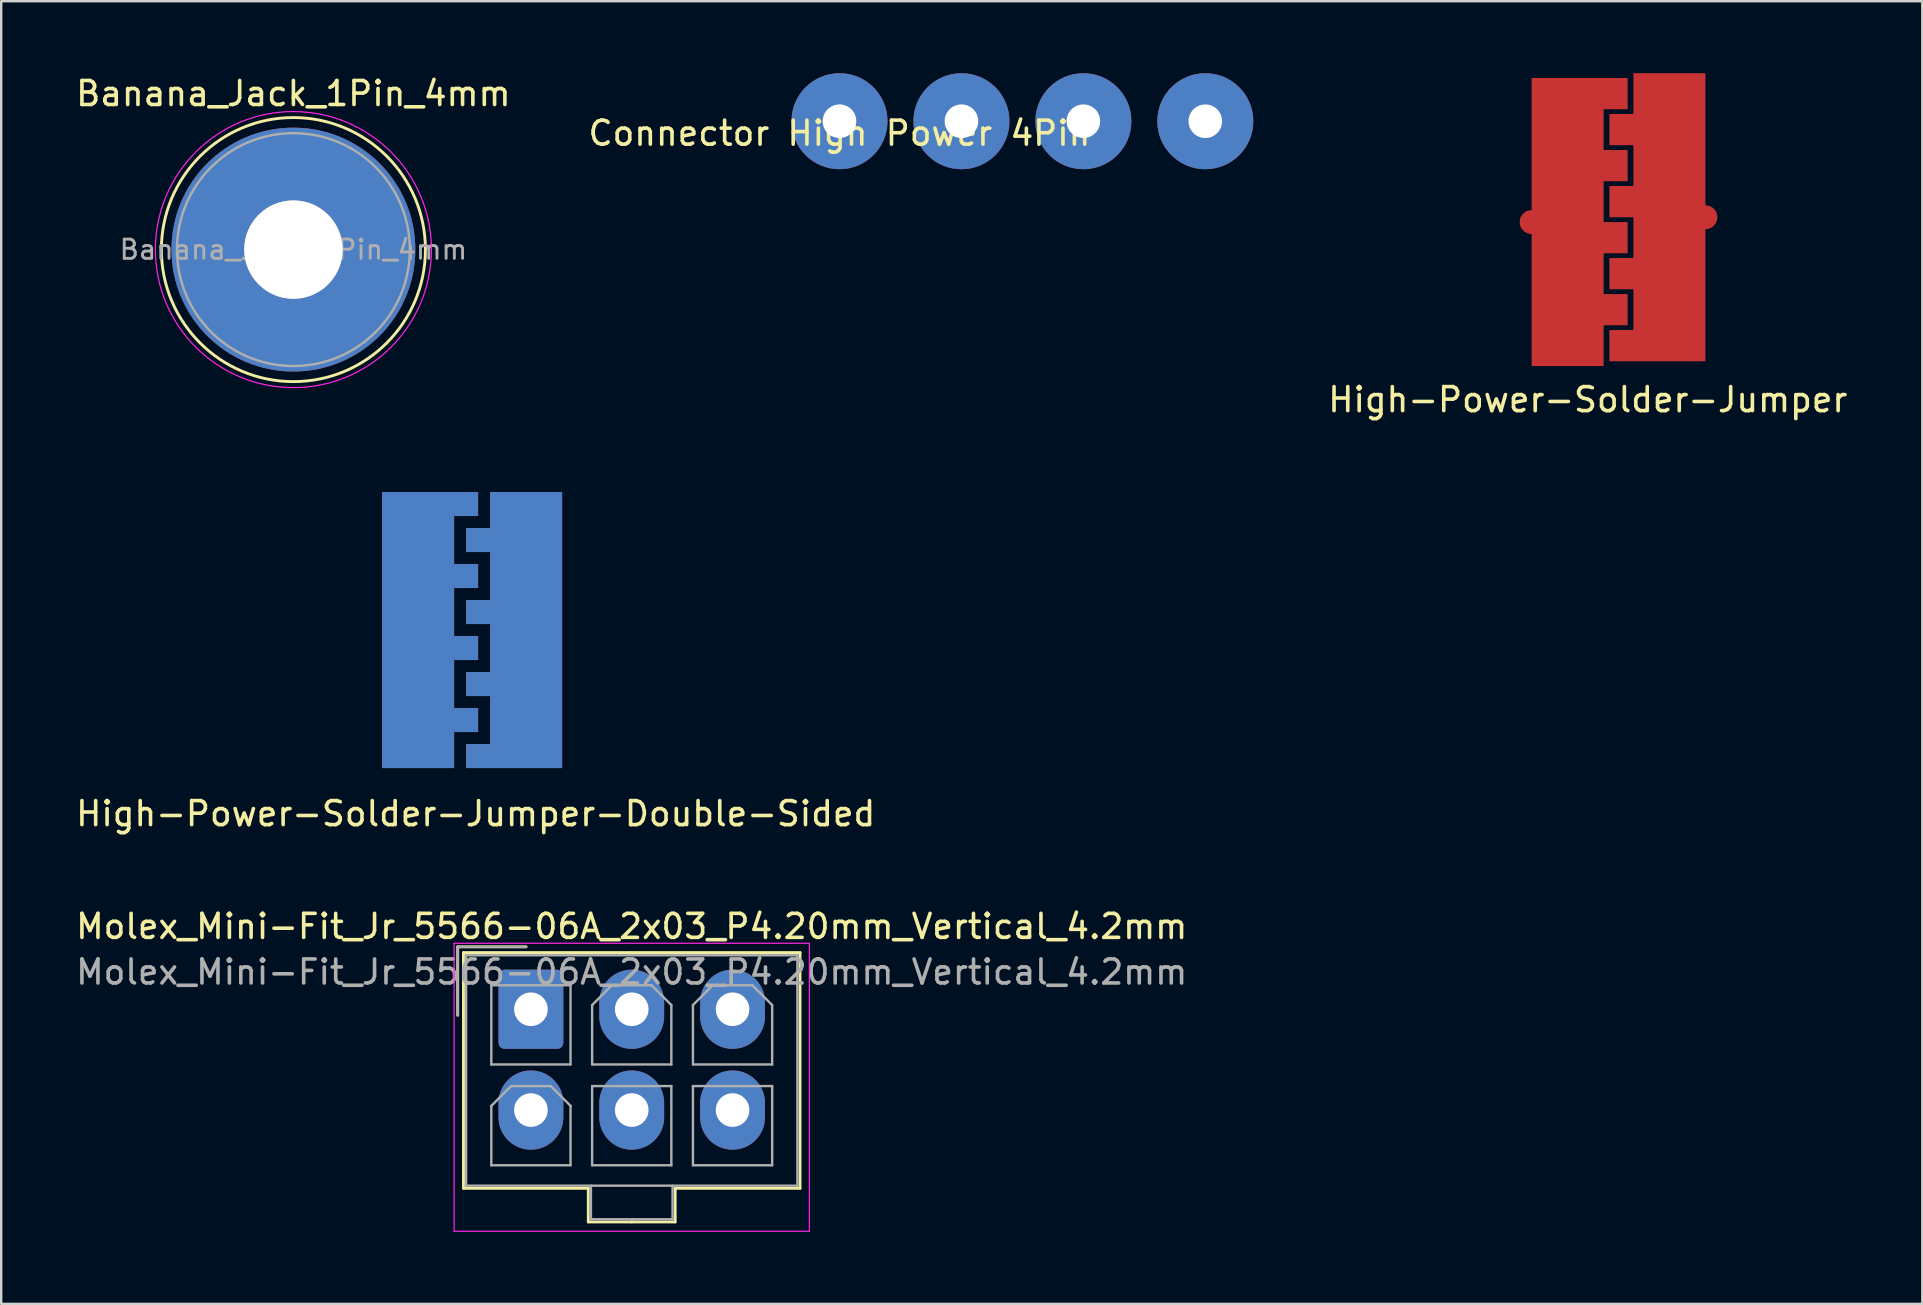
<source format=kicad_pcb>
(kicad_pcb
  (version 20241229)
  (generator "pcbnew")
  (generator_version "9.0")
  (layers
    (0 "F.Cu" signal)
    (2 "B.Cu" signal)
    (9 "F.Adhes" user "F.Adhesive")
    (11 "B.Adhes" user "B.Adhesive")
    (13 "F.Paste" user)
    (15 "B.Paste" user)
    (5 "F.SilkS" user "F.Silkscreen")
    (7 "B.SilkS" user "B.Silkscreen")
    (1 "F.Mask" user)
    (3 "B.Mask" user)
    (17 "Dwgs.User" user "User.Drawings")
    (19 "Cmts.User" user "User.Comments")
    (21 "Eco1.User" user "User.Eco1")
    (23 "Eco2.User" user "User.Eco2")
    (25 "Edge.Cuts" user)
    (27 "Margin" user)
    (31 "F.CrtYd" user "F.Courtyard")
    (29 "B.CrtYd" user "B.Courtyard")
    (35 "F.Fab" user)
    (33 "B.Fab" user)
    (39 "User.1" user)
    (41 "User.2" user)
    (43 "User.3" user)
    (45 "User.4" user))
  (footprint "High-Power-Solder-Jumper-Double-Sided"
    (layer "F.Cu")
    (at 14.368 23.448)
    (property "Reference" "High-Power-Solder-Jumper-Double-Sided" (at 2.4 7.4 0) (layer "F.SilkS") (effects (font (size 1 1) (thickness 0.15))))
    (attr through_hole)
    (pad "1" smd custom (at 0 0) (size 1 1) (layers "F.Cu" "F.Mask" "F.Paste") (options (anchor circle)) (primitives (gr_poly (pts (xy -1.5 0) (xy 2.5 0) (xy 2.5 1) (xy 1.5 1) (xy 1.5 3) (xy -1.5 3)) (width 0) (fill yes)) (gr_poly (pts (xy -1.5 3) (xy 2.5 3) (xy 2.5 4) (xy 1.5 4) (xy 1.5 5.5) (xy -1.5 5.5)) (width 0) (fill yes)) (gr_poly (pts (xy -1.5 -3) (xy 2.5 -3) (xy 2.5 -2) (xy 1.5 -2) (xy 1.5 0) (xy -1.5 0)) (width 0) (fill yes)) (gr_poly (pts (xy -1.5 -6) (xy 2.5 -6) (xy 2.5 -5) (xy 1.5 -5) (xy 1.5 -3) (xy -1.5 -3)) (width 0) (fill yes))))
    (pad "1" smd custom (at 0 0) (size 1 1) (layers "B.Cu" "B.Mask" "B.Paste") (options (anchor circle)) (primitives (gr_poly (pts (xy -1.5 0) (xy 2.5 0) (xy 2.5 1) (xy 1.5 1) (xy 1.5 3) (xy -1.5 3)) (width 0) (fill yes)) (gr_poly (pts (xy -1.5 3) (xy 2.5 3) (xy 2.5 4) (xy 1.5 4) (xy 1.5 5.5) (xy -1.5 5.5)) (width 0) (fill yes)) (gr_poly (pts (xy -1.5 -3) (xy 2.5 -3) (xy 2.5 -2) (xy 1.5 -2) (xy 1.5 0) (xy -1.5 0)) (width 0) (fill yes)) (gr_poly (pts (xy -1.5 -6) (xy 2.5 -6) (xy 2.5 -5) (xy 1.5 -5) (xy 1.5 -3) (xy -1.5 -3)) (width 0) (fill yes))))
    (pad "2" smd custom (at 4.5 -0.5 180) (size 1 1) (layers "F.Cu" "F.Mask" "F.Paste") (options (anchor circle)) (primitives (gr_poly (pts (xy -1.5 0) (xy 2.5 0) (xy 2.5 1) (xy 1.5 1) (xy 1.5 3) (xy -1.5 3)) (width 0) (fill yes)) (gr_poly (pts (xy -1.5 3) (xy 2.5 3) (xy 2.5 4) (xy 1.5 4) (xy 1.5 5.5) (xy -1.5 5.5)) (width 0) (fill yes)) (gr_poly (pts (xy -1.5 -3) (xy 2.5 -3) (xy 2.5 -2) (xy 1.5 -2) (xy 1.5 0) (xy -1.5 0)) (width 0) (fill yes)) (gr_poly (pts (xy -1.5 -6) (xy 2.5 -6) (xy 2.5 -5) (xy 1.5 -5) (xy 1.5 -3) (xy -1.5 -3)) (width 0) (fill yes))))
    (pad "2" smd custom (at 4.5 -0.5 180) (size 1 1) (layers "B.Cu" "B.Mask" "B.Paste") (options (anchor circle)) (primitives (gr_poly (pts (xy -1.5 0) (xy 2.5 0) (xy 2.5 1) (xy 1.5 1) (xy 1.5 3) (xy -1.5 3)) (width 0) (fill yes)) (gr_poly (pts (xy -1.5 3) (xy 2.5 3) (xy 2.5 4) (xy 1.5 4) (xy 1.5 5.5) (xy -1.5 5.5)) (width 0) (fill yes)) (gr_poly (pts (xy -1.5 -3) (xy 2.5 -3) (xy 2.5 -2) (xy 1.5 -2) (xy 1.5 0) (xy -1.5 0)) (width 0) (fill yes)) (gr_poly (pts (xy -1.5 -6) (xy 2.5 -6) (xy 2.5 -5) (xy 1.5 -5) (xy 1.5 -3) (xy -1.5 -3)) (width 0) (fill yes)))))
  (footprint "Banana_Jack_1Pin_4mm"
    (layer "F.Cu")
    (at 9.173 7.348)
    (property "Reference" "Banana_Jack_1Pin_4mm" (at 0 -6.5 0) (layer "F.SilkS") (effects (font (size 1 1) (thickness 0.15))))
    (attr through_hole)
    (fp_circle (center 0 0) (end 5.5 0) (stroke (width 0.12) (type solid)) (fill no) (layer "F.SilkS"))
    (fp_circle (center 0 0) (end 5.75 0) (stroke (width 0.05) (type solid)) (fill no) (layer "F.CrtYd"))
    (fp_circle (center 0 0) (end 2 0) (stroke (width 0.1) (type solid)) (fill no) (layer "F.Fab"))
    (fp_circle (center 0 0) (end 4.85 0.05) (stroke (width 0.1) (type solid)) (fill no) (layer "F.Fab"))
    (fp_text user "${REFERENCE}" (at 0 0 0) (layer "F.Fab") (effects (font (size 0.8 0.8) (thickness 0.12))))
    (pad "1" thru_hole circle (at 0 0) (size 10.16 10.16) (drill 4.1) (layers "*.Cu" "*.Mask")))
  (footprint "Connector High Power 4Pin"
    (layer "F.Cu")
    (at 31.923 2)
    (property "Reference" "Connector High Power 4Pin" (at 0 0.5 0) (layer "F.SilkS") (effects (font (size 1 1) (thickness 0.15))))
    (attr through_hole)
    (pad "1" thru_hole circle (at 0 0) (size 4 4) (drill 1.4) (layers "*.Cu" "*.Mask"))
    (pad "2" thru_hole circle (at 5.08 0) (size 4 4) (drill 1.4) (layers "*.Cu" "*.Mask"))
    (pad "3" thru_hole circle (at 10.16 0) (size 4 4) (drill 1.4) (layers "*.Cu" "*.Mask"))
    (pad "4" thru_hole circle (at 15.24 0) (size 4 4) (drill 1.4) (layers "*.Cu" "*.Mask")))
  (footprint "High-Power-Solder-Jumper"
    (layer "F.Cu")
    (at 60.697 6.2)
    (property "Reference" "High-Power-Solder-Jumper" (at 2.4 7.4 0) (layer "F.SilkS") (effects (font (size 1 1) (thickness 0.15))))
    (attr through_hole)
    (pad "1" smd custom (at 0.06 0) (size 1 1) (layers "F.Cu" "F.Mask" "F.Paste") (options (anchor circle)) (primitives (gr_poly (pts (xy 0 0) (xy 4 0) (xy 4 1.3) (xy 3 1.3) (xy 3 3) (xy 0 3)) (width 0) (fill yes)) (gr_poly (pts (xy 0 3) (xy 4 3) (xy 4 4.3) (xy 3 4.3) (xy 3 6) (xy 0 6)) (width 0) (fill yes)) (gr_poly (pts (xy 0 -3) (xy 4 -3) (xy 4 -1.7) (xy 3 -1.7) (xy 3 0) (xy 0 0)) (width 0) (fill yes)) (gr_poly (pts (xy 0 -6) (xy 4 -6) (xy 4 -4.7) (xy 3 -4.7) (xy 3 -3) (xy 0 -3)) (width 0) (fill yes))))
    (pad "2" smd custom (at 7.3 -0.2 180) (size 1 1) (layers "F.Cu" "F.Mask" "F.Paste") (options (anchor circle)) (primitives (gr_poly (pts (xy 0 0) (xy 4 0) (xy 4 1.3) (xy 3 1.3) (xy 3 3) (xy 0 3)) (width 0) (fill yes)) (gr_poly (pts (xy 0 3) (xy 4 3) (xy 4 4.3) (xy 3 4.3) (xy 3 6) (xy 0 6)) (width 0) (fill yes)) (gr_poly (pts (xy 0 -3) (xy 4 -3) (xy 4 -1.7) (xy 3 -1.7) (xy 3 0) (xy 0 0)) (width 0) (fill yes)) (gr_poly (pts (xy 0 -6) (xy 4 -6) (xy 4 -4.7) (xy 3 -4.7) (xy 3 -3) (xy 0 -3)) (width 0) (fill yes)))))
  (footprint "Molex_Mini-Fit_Jr_5566-06A_2x03_P4.20mm_Vertical_4.2mm"
    (layer "F.Cu")
    (at 19.068 38.995)
    (property "Reference" "Molex_Mini-Fit_Jr_5566-06A_2x03_P4.20mm_Vertical_4.2mm" (at 4.2 -3.45 0) (layer "F.SilkS") (effects (font (size 1 1) (thickness 0.15))))
    (attr through_hole)
    (fp_line (start -3.05 -2.6) (end -3.05 0.25) (stroke (width 0.12) (type solid)) (layer "F.SilkS"))
    (fp_line (start -2.81 -2.36) (end -2.81 7.46) (stroke (width 0.12) (type solid)) (layer "F.SilkS"))
    (fp_line (start -2.81 7.46) (end 2.39 7.46) (stroke (width 0.12) (type solid)) (layer "F.SilkS"))
    (fp_line (start -0.2 -2.6) (end -3.05 -2.6) (stroke (width 0.12) (type solid)) (layer "F.SilkS"))
    (fp_line (start 2.39 7.46) (end 2.39 8.86) (stroke (width 0.12) (type solid)) (layer "F.SilkS"))
    (fp_line (start 2.39 8.86) (end 4.2 8.86) (stroke (width 0.12) (type solid)) (layer "F.SilkS"))
    (fp_line (start 4.2 -2.36) (end -2.81 -2.36) (stroke (width 0.12) (type solid)) (layer "F.SilkS"))
    (fp_line (start 4.2 -2.36) (end 11.21 -2.36) (stroke (width 0.12) (type solid)) (layer "F.SilkS"))
    (fp_line (start 6.01 7.46) (end 6.01 8.86) (stroke (width 0.12) (type solid)) (layer "F.SilkS"))
    (fp_line (start 6.01 8.86) (end 4.2 8.86) (stroke (width 0.12) (type solid)) (layer "F.SilkS"))
    (fp_line (start 11.21 -2.36) (end 11.21 7.46) (stroke (width 0.12) (type solid)) (layer "F.SilkS"))
    (fp_line (start 11.21 7.46) (end 6.01 7.46) (stroke (width 0.12) (type solid)) (layer "F.SilkS"))
    (fp_line (start -3.2 -2.75) (end -3.2 9.25) (stroke (width 0.05) (type solid)) (layer "F.CrtYd"))
    (fp_line (start -3.2 9.25) (end 11.6 9.25) (stroke (width 0.05) (type solid)) (layer "F.CrtYd"))
    (fp_line (start 11.6 -2.75) (end -3.2 -2.75) (stroke (width 0.05) (type solid)) (layer "F.CrtYd"))
    (fp_line (start 11.6 9.25) (end 11.6 -2.75) (stroke (width 0.05) (type solid)) (layer "F.CrtYd"))
    (fp_line (start -3.05 -2.6) (end -3.05 0.25) (stroke (width 0.1) (type solid)) (layer "F.Fab"))
    (fp_line (start -2.7 -2.25) (end -2.7 7.35) (stroke (width 0.1) (type solid)) (layer "F.Fab"))
    (fp_line (start -2.7 7.35) (end 11.1 7.35) (stroke (width 0.1) (type solid)) (layer "F.Fab"))
    (fp_line (start -1.65 -1) (end -1.65 2.3) (stroke (width 0.1) (type solid)) (layer "F.Fab"))
    (fp_line (start -1.65 2.3) (end 1.65 2.3) (stroke (width 0.1) (type solid)) (layer "F.Fab"))
    (fp_line (start -1.65 4.025) (end -0.825 3.2) (stroke (width 0.1) (type solid)) (layer "F.Fab"))
    (fp_line (start -1.65 6.5) (end -1.65 4.025) (stroke (width 0.1) (type solid)) (layer "F.Fab"))
    (fp_line (start -0.825 3.2) (end 0.825 3.2) (stroke (width 0.1) (type solid)) (layer "F.Fab"))
    (fp_line (start -0.2 -2.6) (end -3.05 -2.6) (stroke (width 0.1) (type solid)) (layer "F.Fab"))
    (fp_line (start 0.825 3.2) (end 1.65 4.025) (stroke (width 0.1) (type solid)) (layer "F.Fab"))
    (fp_line (start 1.65 -1) (end -1.65 -1) (stroke (width 0.1) (type solid)) (layer "F.Fab"))
    (fp_line (start 1.65 2.3) (end 1.65 -1) (stroke (width 0.1) (type solid)) (layer "F.Fab"))
    (fp_line (start 1.65 4.025) (end 1.65 6.5) (stroke (width 0.1) (type solid)) (layer "F.Fab"))
    (fp_line (start 1.65 6.5) (end -1.65 6.5) (stroke (width 0.1) (type solid)) (layer "F.Fab"))
    (fp_line (start 2.5 7.35) (end 2.5 8.75) (stroke (width 0.1) (type solid)) (layer "F.Fab"))
    (fp_line (start 2.5 8.75) (end 5.9 8.75) (stroke (width 0.1) (type solid)) (layer "F.Fab"))
    (fp_line (start 2.55 -0.175) (end 3.375 -1) (stroke (width 0.1) (type solid)) (layer "F.Fab"))
    (fp_line (start 2.55 2.3) (end 2.55 -0.175) (stroke (width 0.1) (type solid)) (layer "F.Fab"))
    (fp_line (start 2.55 3.2) (end 2.55 6.5) (stroke (width 0.1) (type solid)) (layer "F.Fab"))
    (fp_line (start 2.55 6.5) (end 5.85 6.5) (stroke (width 0.1) (type solid)) (layer "F.Fab"))
    (fp_line (start 3.375 -1) (end 5.025 -1) (stroke (width 0.1) (type solid)) (layer "F.Fab"))
    (fp_line (start 5.025 -1) (end 5.85 -0.175) (stroke (width 0.1) (type solid)) (layer "F.Fab"))
    (fp_line (start 5.85 -0.175) (end 5.85 2.3) (stroke (width 0.1) (type solid)) (layer "F.Fab"))
    (fp_line (start 5.85 2.3) (end 2.55 2.3) (stroke (width 0.1) (type solid)) (layer "F.Fab"))
    (fp_line (start 5.85 3.2) (end 2.55 3.2) (stroke (width 0.1) (type solid)) (layer "F.Fab"))
    (fp_line (start 5.85 6.5) (end 5.85 3.2) (stroke (width 0.1) (type solid)) (layer "F.Fab"))
    (fp_line (start 5.9 8.75) (end 5.9 7.35) (stroke (width 0.1) (type solid)) (layer "F.Fab"))
    (fp_line (start 6.75 -0.175) (end 7.575 -1) (stroke (width 0.1) (type solid)) (layer "F.Fab"))
    (fp_line (start 6.75 2.3) (end 6.75 -0.175) (stroke (width 0.1) (type solid)) (layer "F.Fab"))
    (fp_line (start 6.75 3.2) (end 6.75 6.5) (stroke (width 0.1) (type solid)) (layer "F.Fab"))
    (fp_line (start 6.75 6.5) (end 10.05 6.5) (stroke (width 0.1) (type solid)) (layer "F.Fab"))
    (fp_line (start 7.575 -1) (end 9.225 -1) (stroke (width 0.1) (type solid)) (layer "F.Fab"))
    (fp_line (start 9.225 -1) (end 10.05 -0.175) (stroke (width 0.1) (type solid)) (layer "F.Fab"))
    (fp_line (start 10.05 -0.175) (end 10.05 2.3) (stroke (width 0.1) (type solid)) (layer "F.Fab"))
    (fp_line (start 10.05 2.3) (end 6.75 2.3) (stroke (width 0.1) (type solid)) (layer "F.Fab"))
    (fp_line (start 10.05 3.2) (end 6.75 3.2) (stroke (width 0.1) (type solid)) (layer "F.Fab"))
    (fp_line (start 10.05 6.5) (end 10.05 3.2) (stroke (width 0.1) (type solid)) (layer "F.Fab"))
    (fp_line (start 11.1 -2.25) (end -2.7 -2.25) (stroke (width 0.1) (type solid)) (layer "F.Fab"))
    (fp_line (start 11.1 7.35) (end 11.1 -2.25) (stroke (width 0.1) (type solid)) (layer "F.Fab"))
    (fp_text user "${REFERENCE}" (at 4.2 -1.55 0) (layer "F.Fab") (effects (font (size 1 1) (thickness 0.15))))
    (pad "1" thru_hole roundrect (at 0 0) (size 2.7 3.3) (drill 1.4) (layers "*.Cu" "*.Mask") (roundrect_rratio 0.093))
    (pad "2" thru_hole oval (at 4.2 0) (size 2.7 3.3) (drill 1.4) (layers "*.Cu" "*.Mask"))
    (pad "3" thru_hole oval (at 8.4 0) (size 2.7 3.3) (drill 1.4) (layers "*.Cu" "*.Mask"))
    (pad "4" thru_hole oval (at 0 4.2) (size 2.7 3.3) (drill 1.4) (layers "*.Cu" "*.Mask"))
    (pad "5" thru_hole oval (at 4.2 4.2) (size 2.7 3.3) (drill 1.4) (layers "*.Cu" "*.Mask"))
    (pad "6" thru_hole oval (at 8.4 4.2) (size 2.7 3.3) (drill 1.4) (layers "*.Cu" "*.Mask")))
  (gr_rect
    (start -3 -3)
    (end 77.032 51.27)
    (stroke (width 0.1) (type default))
    (fill no)
    (layer "Edge.Cuts")))
</source>
